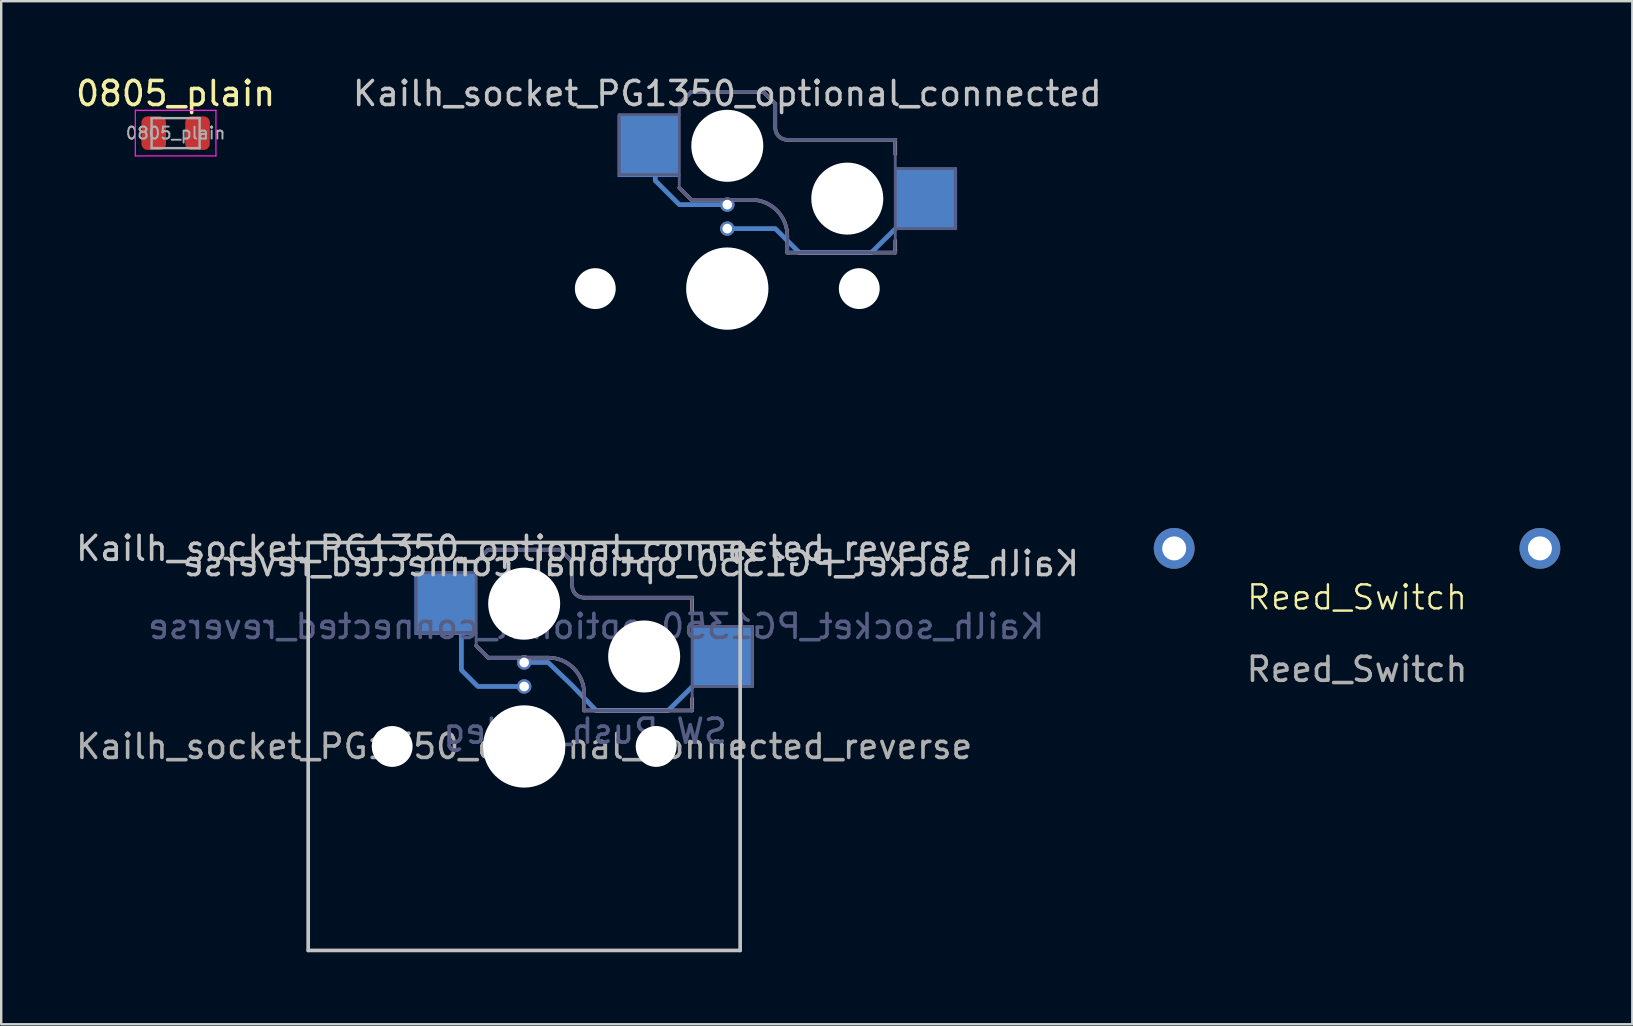
<source format=kicad_pcb>
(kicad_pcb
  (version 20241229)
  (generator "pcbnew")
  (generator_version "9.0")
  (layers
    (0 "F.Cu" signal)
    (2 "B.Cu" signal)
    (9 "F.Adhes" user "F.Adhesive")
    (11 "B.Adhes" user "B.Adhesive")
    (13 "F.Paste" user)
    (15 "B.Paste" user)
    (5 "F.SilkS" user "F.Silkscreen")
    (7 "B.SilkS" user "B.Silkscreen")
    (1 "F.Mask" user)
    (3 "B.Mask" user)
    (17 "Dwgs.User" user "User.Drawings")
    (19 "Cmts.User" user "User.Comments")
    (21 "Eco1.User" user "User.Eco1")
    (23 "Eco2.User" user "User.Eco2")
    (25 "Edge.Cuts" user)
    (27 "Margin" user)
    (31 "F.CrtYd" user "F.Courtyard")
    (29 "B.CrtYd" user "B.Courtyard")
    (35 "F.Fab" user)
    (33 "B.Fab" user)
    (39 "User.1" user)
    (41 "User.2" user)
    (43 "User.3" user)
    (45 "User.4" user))
  (footprint "0805_plain"
    (layer "F.Cu")
    (at 4.268 2.498)
    (property "Reference" "0805_plain" (at 0 -1.65 0) (layer "F.SilkS") (effects (font (size 1 1) (thickness 0.15))))
    (attr smd)
    (fp_line (start -1.68 -0.95) (end 1.68 -0.95) (stroke (width 0.05) (type solid)) (layer "F.CrtYd"))
    (fp_line (start -1.68 0.95) (end -1.68 -0.95) (stroke (width 0.05) (type solid)) (layer "F.CrtYd"))
    (fp_line (start 1.68 -0.95) (end 1.68 0.95) (stroke (width 0.05) (type solid)) (layer "F.CrtYd"))
    (fp_line (start 1.68 0.95) (end -1.68 0.95) (stroke (width 0.05) (type solid)) (layer "F.CrtYd"))
    (fp_line (start -1 -0.625) (end 1 -0.625) (stroke (width 0.1) (type solid)) (layer "F.Fab"))
    (fp_line (start -1 0.625) (end -1 -0.625) (stroke (width 0.1) (type solid)) (layer "F.Fab"))
    (fp_line (start 1 -0.625) (end 1 0.625) (stroke (width 0.1) (type solid)) (layer "F.Fab"))
    (fp_line (start 1 0.625) (end -1 0.625) (stroke (width 0.1) (type solid)) (layer "F.Fab"))
    (fp_text user "${REFERENCE}" (at 0 0 0) (layer "F.Fab") (effects (font (size 0.5 0.5) (thickness 0.08))))
    (pad "1" smd roundrect (at -0.912 0) (size 1.025 1.4) (layers "F.Cu" "F.Mask" "F.Paste") (roundrect_rratio 0.244))
    (pad "2" smd roundrect (at 0.912 0) (size 1.025 1.4) (layers "F.Cu" "F.Mask" "F.Paste") (roundrect_rratio 0.244)))
  (footprint "Kailh_socket_PG1350_optional_connected_reverse"
    (layer "F.Cu")
    (at 18.792 28.055)
    (property "Reference" "Kailh_socket_PG1350_optional_connected_reverse" (at 0 -8.255 0) (layer "Dwgs.User") (effects (font (size 1 1) (thickness 0.15))))
    (property "Value" "SW_Push_45deg" (at 0 8.25 0) (layer "F.Fab") (hide yes) (effects (font (size 1 1) (thickness 0.15))))
    (attr through_hole)
    (fp_line (start -2 -7.7) (end -1.5 -8.2) (stroke (width 0.15) (type solid)) (layer "B.SilkS"))
    (fp_line (start -2 -4.2) (end -1.5 -3.7) (stroke (width 0.15) (type solid)) (layer "B.SilkS"))
    (fp_line (start -1.5 -8.2) (end 1.5 -8.2) (stroke (width 0.15) (type solid)) (layer "B.SilkS"))
    (fp_line (start -1.5 -3.7) (end 1 -3.7) (stroke (width 0.15) (type solid)) (layer "B.SilkS"))
    (fp_line (start 1.5 -8.2) (end 2 -7.7) (stroke (width 0.15) (type solid)) (layer "B.SilkS"))
    (fp_line (start 2 -6.7) (end 2 -7.7) (stroke (width 0.15) (type solid)) (layer "B.SilkS"))
    (fp_line (start 2.5 -2.2) (end 2.5 -1.5) (stroke (width 0.15) (type solid)) (layer "B.SilkS"))
    (fp_line (start 2.5 -1.5) (end 7 -1.5) (stroke (width 0.15) (type solid)) (layer "B.SilkS"))
    (fp_line (start 7 -6.2) (end 2.5 -6.2) (stroke (width 0.15) (type solid)) (layer "B.SilkS"))
    (fp_line (start 7 -5.6) (end 7 -6.2) (stroke (width 0.15) (type solid)) (layer "B.SilkS"))
    (fp_line (start 7 -1.5) (end 7 -2) (stroke (width 0.15) (type solid)) (layer "B.SilkS"))
    (fp_arc (start 1 -3.7) (mid 2.06066 -3.26066) (end 2.5 -2.2) (stroke (width 0.15) (type solid)) (layer "B.SilkS"))
    (fp_arc (start 2.5 -6.2) (mid 2.146447 -6.346447) (end 2 -6.7) (stroke (width 0.15) (type solid)) (layer "B.SilkS"))
    (fp_line (start -9 -8.5) (end 9 -8.5) (stroke (width 0.152) (type solid)) (layer "Dwgs.User"))
    (fp_line (start -9 8.5) (end -9 -8.5) (stroke (width 0.152) (type solid)) (layer "Dwgs.User"))
    (fp_line (start 9 -8.5) (end 9 8.5) (stroke (width 0.152) (type solid)) (layer "Dwgs.User"))
    (fp_line (start 9 8.5) (end -9 8.5) (stroke (width 0.152) (type solid)) (layer "Dwgs.User"))
    (fp_line (start -6.9 6.9) (end -6.9 -6.9) (stroke (width 0.15) (type solid)) (layer "Eco2.User"))
    (fp_line (start -6.9 6.9) (end 6.9 6.9) (stroke (width 0.15) (type solid)) (layer "Eco2.User"))
    (fp_line (start -2.6 -3.1) (end -2.6 -6.3) (stroke (width 0.15) (type solid)) (layer "Eco2.User"))
    (fp_line (start -2.6 -3.1) (end 2.6 -3.1) (stroke (width 0.15) (type solid)) (layer "Eco2.User"))
    (fp_line (start 2.6 -6.3) (end -2.6 -6.3) (stroke (width 0.15) (type solid)) (layer "Eco2.User"))
    (fp_line (start 2.6 -3.1) (end 2.6 -6.3) (stroke (width 0.15) (type solid)) (layer "Eco2.User"))
    (fp_line (start 6.9 -6.9) (end -6.9 -6.9) (stroke (width 0.15) (type solid)) (layer "Eco2.User"))
    (fp_line (start 6.9 -6.9) (end 6.9 6.9) (stroke (width 0.15) (type solid)) (layer "Eco2.User"))
    (fp_line (start -4.5 -7.25) (end -2 -7.25) (stroke (width 0.12) (type solid)) (layer "B.Fab"))
    (fp_line (start -4.5 -4.75) (end -4.5 -7.25) (stroke (width 0.12) (type solid)) (layer "B.Fab"))
    (fp_line (start -2 -7.7) (end -1.5 -8.2) (stroke (width 0.15) (type solid)) (layer "B.Fab"))
    (fp_line (start -2 -4.75) (end -4.5 -4.75) (stroke (width 0.12) (type solid)) (layer "B.Fab"))
    (fp_line (start -2 -4.25) (end -2 -7.7) (stroke (width 0.12) (type solid)) (layer "B.Fab"))
    (fp_line (start -2 -4.2) (end -1.5 -3.7) (stroke (width 0.15) (type solid)) (layer "B.Fab"))
    (fp_line (start -1.5 -8.2) (end 1.5 -8.2) (stroke (width 0.15) (type solid)) (layer "B.Fab"))
    (fp_line (start -1.5 -3.7) (end 1 -3.7) (stroke (width 0.15) (type solid)) (layer "B.Fab"))
    (fp_line (start 1.5 -8.2) (end 2 -7.7) (stroke (width 0.15) (type solid)) (layer "B.Fab"))
    (fp_line (start 2 -6.7) (end 2 -7.7) (stroke (width 0.15) (type solid)) (layer "B.Fab"))
    (fp_line (start 2.5 -2.2) (end 2.5 -1.5) (stroke (width 0.15) (type solid)) (layer "B.Fab"))
    (fp_line (start 2.5 -1.5) (end 7 -1.5) (stroke (width 0.15) (type solid)) (layer "B.Fab"))
    (fp_line (start 7 -6.2) (end 2.5 -6.2) (stroke (width 0.15) (type solid)) (layer "B.Fab"))
    (fp_line (start 7 -5) (end 9.5 -5) (stroke (width 0.12) (type solid)) (layer "B.Fab"))
    (fp_line (start 7 -1.5) (end 7 -6.2) (stroke (width 0.12) (type solid)) (layer "B.Fab"))
    (fp_line (start 9.5 -5) (end 9.5 -2.5) (stroke (width 0.12) (type solid)) (layer "B.Fab"))
    (fp_line (start 9.5 -2.5) (end 7 -2.5) (stroke (width 0.12) (type solid)) (layer "B.Fab"))
    (fp_arc (start 1 -3.7) (mid 2.06066 -3.26066) (end 2.5 -2.2) (stroke (width 0.15) (type solid)) (layer "B.Fab"))
    (fp_arc (start 2.5 -6.2) (mid 2.146447 -6.346447) (end 2 -6.7) (stroke (width 0.15) (type solid)) (layer "B.Fab"))
    (fp_text user "${REFERENCE}" (at 4.445 -7.62 0) (layer "Dwgs.User") (effects (font (size 1 1) (thickness 0.15)) (justify mirror)))
    (fp_text user "${VALUE}" (at 2.54 -0.635 0) (layer "B.Fab") (effects (font (size 1 1) (thickness 0.15)) (justify mirror)))
    (fp_text user "${REFERENCE}" (at 3 -5 0) (layer "B.Fab") (effects (font (size 1 1) (thickness 0.15)) (justify mirror)))
    (fp_text user "${REFERENCE}" (at 0 0 0) (layer "F.Fab") (effects (font (size 1 1) (thickness 0.15))))
    (pad "" np_thru_hole circle (at -5.5 0) (size 1.702 1.702) (drill 1.702) (layers "*.Cu" "*.Mask"))
    (pad "" np_thru_hole circle (at 0 -5.95) (size 3 3) (drill 3) (layers "*.Cu" "*.Mask"))
    (pad "" np_thru_hole circle (at 0 0) (size 3.429 3.429) (drill 3.429) (layers "*.Cu" "*.Mask"))
    (pad "" np_thru_hole circle (at 5 -3.75) (size 3 3) (drill 3) (layers "*.Cu" "*.Mask"))
    (pad "" np_thru_hole circle (at 5.5 0) (size 1.702 1.702) (drill 1.702) (layers "*.Cu" "*.Mask"))
    (pad "1" smd rect (at -3.275 -5.95) (size 2.6 2.6) (layers "B.Cu" "B.Mask" "B.Paste"))
    (pad "1" smd custom (at -1.5 -2.54) (size 0.1 0.1) (layers "B.Cu") (options (anchor rect)) (primitives (gr_line (start 1.5 0.04) (end -0.43 0.04) (width 0.2)) (gr_line (start -1.116 -0.646) (end -0.43 0.04) (width 0.2)) (gr_line (start -1.116 -2.627) (end -1.116 -0.646) (width 0.2))))
    (pad "1" thru_hole circle (at 0 -2.5) (size 0.6 0.6) (drill 0.4) (layers "*.Cu"))
    (pad "2" thru_hole circle (at 0 -3.5) (size 0.6 0.6) (drill 0.4) (layers "*.Cu"))
    (pad "2" smd custom (at 4.5 -1.5) (size 0.1 0.1) (layers "B.Cu") (options (anchor rect)) (primitives (gr_line (start -1.5 0) (end 1.5 0) (width 0.2)) (gr_line (start -2.5 -1.04) (end -1.5 0) (width 0.2)) (gr_line (start -2.5 -1.04) (end -3.5 -2) (width 0.2)) (gr_line (start -3.5 -2) (end -4.5 -2) (width 0.2)) (gr_line (start 3.775 -2.25) (end 1.5 0) (width 0.2))))
    (pad "2" smd rect (at 8.275 -3.75) (size 2.6 2.6) (layers "B.Cu" "B.Mask" "B.Paste")))
  (footprint "Reed_Switch"
    (layer "F.Cu")
    (at 53.498 22.341)
    (property "Reference" "Reed_Switch" (at 0 -0.5 0) (unlocked yes) (layer "F.SilkS") (effects (font (size 1 1) (thickness 0.1))))
    (attr through_hole)
    (fp_text user "${REFERENCE}" (at 0 2.5 0) (unlocked yes) (layer "F.Fab") (effects (font (size 1 1) (thickness 0.15))))
    (pad "1" thru_hole circle (at -7.62 -2.54) (size 1.7 1.7) (drill oval 1) (layers "*.Cu" "*.Mask"))
    (pad "2" thru_hole circle (at 7.62 -2.54) (size 1.7 1.7) (drill 1) (layers "*.Cu" "*.Mask")))
  (footprint "Kailh_socket_PG1350_optional_connected"
    (layer "F.Cu")
    (at 27.256 8.976)
    (property "Reference" "Kailh_socket_PG1350_optional_connected" (at 0 -8.128 0) (layer "Dwgs.User") (effects (font (size 1 1) (thickness 0.15))))
    (attr through_hole)
    (fp_line (start -2 -7.7) (end -1.5 -8.2) (stroke (width 0.15) (type solid)) (layer "B.SilkS"))
    (fp_line (start -2 -4.2) (end -1.5 -3.7) (stroke (width 0.15) (type solid)) (layer "B.SilkS"))
    (fp_line (start -1.5 -8.2) (end 1.5 -8.2) (stroke (width 0.15) (type solid)) (layer "B.SilkS"))
    (fp_line (start -1.5 -3.7) (end 1 -3.7) (stroke (width 0.15) (type solid)) (layer "B.SilkS"))
    (fp_line (start 1.5 -8.2) (end 2 -7.7) (stroke (width 0.15) (type solid)) (layer "B.SilkS"))
    (fp_line (start 2 -6.7) (end 2 -7.7) (stroke (width 0.15) (type solid)) (layer "B.SilkS"))
    (fp_line (start 2.5 -2.2) (end 2.5 -1.5) (stroke (width 0.15) (type solid)) (layer "B.SilkS"))
    (fp_line (start 2.5 -1.5) (end 7 -1.5) (stroke (width 0.15) (type solid)) (layer "B.SilkS"))
    (fp_line (start 7 -6.2) (end 2.5 -6.2) (stroke (width 0.15) (type solid)) (layer "B.SilkS"))
    (fp_line (start 7 -5.6) (end 7 -6.2) (stroke (width 0.15) (type solid)) (layer "B.SilkS"))
    (fp_line (start 7 -1.5) (end 7 -2) (stroke (width 0.15) (type solid)) (layer "B.SilkS"))
    (fp_arc (start 1 -3.7) (mid 2.06066 -3.26066) (end 2.5 -2.2) (stroke (width 0.15) (type solid)) (layer "B.SilkS"))
    (fp_arc (start 2.5 -6.2) (mid 2.146447 -6.346447) (end 2 -6.7) (stroke (width 0.15) (type solid)) (layer "B.SilkS"))
    (fp_line (start -6.9 6.9) (end -6.9 -6.9) (stroke (width 0.15) (type solid)) (layer "Eco2.User"))
    (fp_line (start -6.9 6.9) (end 6.9 6.9) (stroke (width 0.15) (type solid)) (layer "Eco2.User"))
    (fp_line (start -2.6 -3.1) (end -2.6 -6.3) (stroke (width 0.15) (type solid)) (layer "Eco2.User"))
    (fp_line (start -2.6 -3.1) (end 2.6 -3.1) (stroke (width 0.15) (type solid)) (layer "Eco2.User"))
    (fp_line (start 2.6 -6.3) (end -2.6 -6.3) (stroke (width 0.15) (type solid)) (layer "Eco2.User"))
    (fp_line (start 2.6 -3.1) (end 2.6 -6.3) (stroke (width 0.15) (type solid)) (layer "Eco2.User"))
    (fp_line (start 6.9 -6.9) (end -6.9 -6.9) (stroke (width 0.15) (type solid)) (layer "Eco2.User"))
    (fp_line (start 6.9 -6.9) (end 6.9 6.9) (stroke (width 0.15) (type solid)) (layer "Eco2.User"))
    (fp_line (start -4.5 -7.25) (end -2 -7.25) (stroke (width 0.12) (type solid)) (layer "B.Fab"))
    (fp_line (start -4.5 -4.75) (end -4.5 -7.25) (stroke (width 0.12) (type solid)) (layer "B.Fab"))
    (fp_line (start -2 -7.7) (end -1.5 -8.2) (stroke (width 0.15) (type solid)) (layer "B.Fab"))
    (fp_line (start -2 -4.75) (end -4.5 -4.75) (stroke (width 0.12) (type solid)) (layer "B.Fab"))
    (fp_line (start -2 -4.25) (end -2 -7.7) (stroke (width 0.12) (type solid)) (layer "B.Fab"))
    (fp_line (start -2 -4.2) (end -1.5 -3.7) (stroke (width 0.15) (type solid)) (layer "B.Fab"))
    (fp_line (start -1.5 -8.2) (end 1.5 -8.2) (stroke (width 0.15) (type solid)) (layer "B.Fab"))
    (fp_line (start -1.5 -3.7) (end 1 -3.7) (stroke (width 0.15) (type solid)) (layer "B.Fab"))
    (fp_line (start 1.5 -8.2) (end 2 -7.7) (stroke (width 0.15) (type solid)) (layer "B.Fab"))
    (fp_line (start 2 -6.7) (end 2 -7.7) (stroke (width 0.15) (type solid)) (layer "B.Fab"))
    (fp_line (start 2.5 -2.2) (end 2.5 -1.5) (stroke (width 0.15) (type solid)) (layer "B.Fab"))
    (fp_line (start 2.5 -1.5) (end 7 -1.5) (stroke (width 0.15) (type solid)) (layer "B.Fab"))
    (fp_line (start 7 -6.2) (end 2.5 -6.2) (stroke (width 0.15) (type solid)) (layer "B.Fab"))
    (fp_line (start 7 -5) (end 9.5 -5) (stroke (width 0.12) (type solid)) (layer "B.Fab"))
    (fp_line (start 7 -1.5) (end 7 -6.2) (stroke (width 0.12) (type solid)) (layer "B.Fab"))
    (fp_line (start 9.5 -5) (end 9.5 -2.5) (stroke (width 0.12) (type solid)) (layer "B.Fab"))
    (fp_line (start 9.5 -2.5) (end 7 -2.5) (stroke (width 0.12) (type solid)) (layer "B.Fab"))
    (fp_arc (start 1 -3.7) (mid 2.06066 -3.26066) (end 2.5 -2.2) (stroke (width 0.15) (type solid)) (layer "B.Fab"))
    (fp_arc (start 2.5 -6.2) (mid 2.146447 -6.346447) (end 2 -6.7) (stroke (width 0.15) (type solid)) (layer "B.Fab"))
    (pad "" np_thru_hole circle (at -5.5 0) (size 1.702 1.702) (drill 1.702) (layers "*.Cu" "*.Mask"))
    (pad "" np_thru_hole circle (at 0 -5.95) (size 3 3) (drill 3) (layers "*.Cu" "*.Mask"))
    (pad "" np_thru_hole circle (at 0 0) (size 3.429 3.429) (drill 3.429) (layers "*.Cu" "*.Mask"))
    (pad "" np_thru_hole circle (at 5 -3.75) (size 3 3) (drill 3) (layers "*.Cu" "*.Mask"))
    (pad "" np_thru_hole circle (at 5.5 0) (size 1.702 1.702) (drill 1.702) (layers "*.Cu" "*.Mask"))
    (pad "1" smd rect (at -3.275 -5.95) (size 2.6 2.6) (layers "B.Cu" "B.Mask" "B.Paste"))
    (pad "1" smd custom (at -1.5 -3.5) (size 0.1 0.1) (layers "B.Cu") (options (anchor rect)) (primitives (gr_line (start -0.5 0) (end 1.5 0) (width 0.2)) (gr_line (start -1 -0.5) (end -0.5 0) (width 0.2)) (gr_line (start -1.5 -1) (end -1 -0.5) (width 0.2)) (gr_line (start -1.5 -1.5) (end -1.5 -1) (width 0.2))))
    (pad "1" thru_hole circle (at 0 -3.5) (size 0.6 0.6) (drill 0.4) (layers "*.Cu"))
    (pad "2" thru_hole circle (at 0 -2.5) (size 0.6 0.6) (drill 0.4) (layers "*.Cu"))
    (pad "2" smd custom (at 4.5 -1.5) (size 0.1 0.1) (layers "B.Cu") (options (anchor rect)) (primitives (gr_line (start -1.5 0) (end 1.5 0) (width 0.2)) (gr_line (start 3.775 -2.25) (end 1.5 0) (width 0.2)) (gr_line (start -2.5 -1) (end -1.5 0) (width 0.2)) (gr_line (start -4.5 -1) (end -2.5 -1) (width 0.2))))
    (pad "2" smd rect (at 8.275 -3.75) (size 2.6 2.6) (layers "B.Cu" "B.Mask" "B.Paste")))
  (gr_rect
    (start -3 -3)
    (end 64.968 39.631)
    (stroke (width 0.1) (type default))
    (fill no)
    (layer "Edge.Cuts")))
</source>
